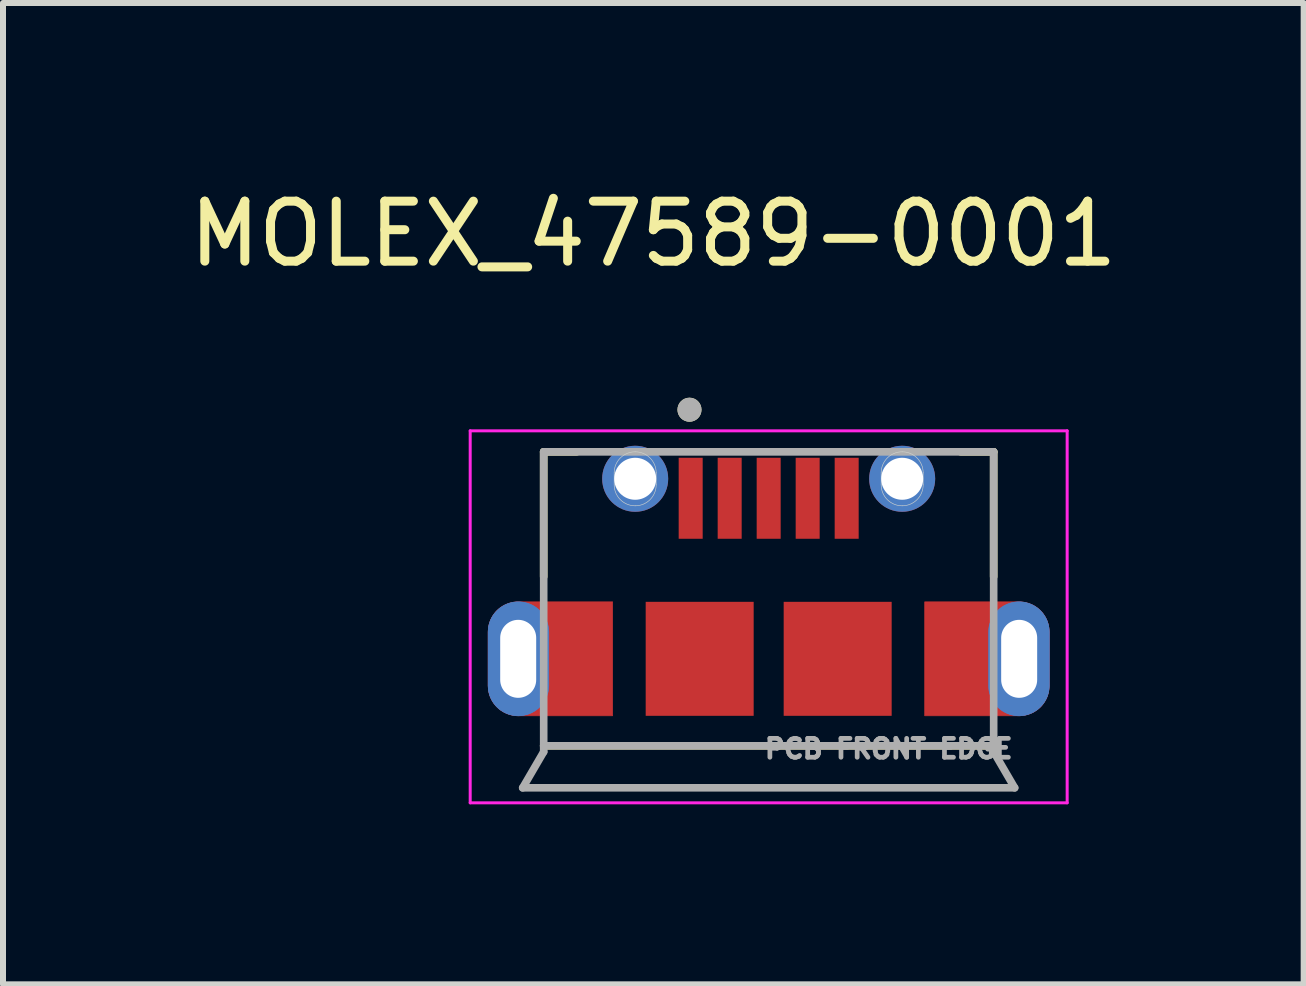
<source format=kicad_pcb>
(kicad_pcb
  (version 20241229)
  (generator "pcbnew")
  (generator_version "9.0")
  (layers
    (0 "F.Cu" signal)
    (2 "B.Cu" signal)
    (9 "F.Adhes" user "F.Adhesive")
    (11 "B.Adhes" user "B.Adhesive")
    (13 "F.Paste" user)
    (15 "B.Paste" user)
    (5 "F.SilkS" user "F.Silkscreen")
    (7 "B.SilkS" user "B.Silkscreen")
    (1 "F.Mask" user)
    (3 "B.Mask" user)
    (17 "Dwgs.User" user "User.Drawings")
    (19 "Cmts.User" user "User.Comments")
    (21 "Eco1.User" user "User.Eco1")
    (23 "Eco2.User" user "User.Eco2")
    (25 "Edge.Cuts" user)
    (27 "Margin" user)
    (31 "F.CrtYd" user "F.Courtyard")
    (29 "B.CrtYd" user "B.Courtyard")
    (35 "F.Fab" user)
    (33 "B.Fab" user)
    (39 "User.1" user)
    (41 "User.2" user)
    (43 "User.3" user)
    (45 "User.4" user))
  (footprint "MOLEX_47589-0001"
    (layer "F.Cu")
    (at 9.762 7.193)
    (property "Reference" "MOLEX_47589-0001" (at -1.922 -6.345 0) (layer "F.SilkS") (effects (font (size 1 1) (thickness 0.15))))
    (attr smd)
    (fp_poly (pts (xy -2.6 -0.212) (xy -4.175 -0.212) (xy -4.201 -0.212) (xy -4.227 -0.21) (xy -4.253 -0.206) (xy -4.279 -0.202) (xy -4.304 -0.195) (xy -4.33 -0.188) (xy -4.354 -0.179) (xy -4.378 -0.169) (xy -4.402 -0.158) (xy -4.425 -0.146) (xy -4.447 -0.132) (xy -4.469 -0.117) (xy -4.49 -0.101) (xy -4.51 -0.084) (xy -4.529 -0.066) (xy -4.547 -0.047) (xy -4.564 -0.027) (xy -4.58 -0.006) (xy -4.594 0.015) (xy -4.608 0.038) (xy -4.621 0.061) (xy -4.632 0.084) (xy -4.642 0.108) (xy -4.651 0.133) (xy -4.658 0.158) (xy -4.664 0.184) (xy -4.669 0.209) (xy -4.672 0.235) (xy -4.674 0.261) (xy -4.675 0.287) (xy -4.675 1.188) (xy -4.674 1.214) (xy -4.672 1.24) (xy -4.669 1.266) (xy -4.664 1.291) (xy -4.658 1.317) (xy -4.651 1.342) (xy -4.642 1.367) (xy -4.632 1.391) (xy -4.621 1.414) (xy -4.608 1.438) (xy -4.594 1.46) (xy -4.58 1.481) (xy -4.564 1.502) (xy -4.547 1.522) (xy -4.529 1.541) (xy -4.51 1.559) (xy -4.49 1.576) (xy -4.469 1.592) (xy -4.447 1.607) (xy -4.425 1.621) (xy -4.402 1.633) (xy -4.378 1.644) (xy -4.354 1.654) (xy -4.33 1.663) (xy -4.304 1.67) (xy -4.279 1.677) (xy -4.253 1.681) (xy -4.227 1.685) (xy -4.201 1.687) (xy -4.175 1.688) (xy -2.6 1.688) (xy -2.6 -0.212) (xy -2.6 -0.212)) (stroke (width 0.01) (type solid)) (fill yes) (layer "F.Cu"))
    (fp_poly (pts (xy 2.6 1.688) (xy 4.175 1.688) (xy 4.201 1.687) (xy 4.227 1.685) (xy 4.253 1.681) (xy 4.279 1.677) (xy 4.304 1.67) (xy 4.33 1.663) (xy 4.354 1.654) (xy 4.378 1.644) (xy 4.402 1.633) (xy 4.425 1.621) (xy 4.447 1.607) (xy 4.469 1.592) (xy 4.49 1.576) (xy 4.51 1.559) (xy 4.529 1.541) (xy 4.547 1.522) (xy 4.564 1.502) (xy 4.58 1.481) (xy 4.594 1.46) (xy 4.608 1.438) (xy 4.621 1.414) (xy 4.632 1.391) (xy 4.642 1.367) (xy 4.651 1.342) (xy 4.658 1.317) (xy 4.664 1.291) (xy 4.669 1.266) (xy 4.672 1.24) (xy 4.674 1.214) (xy 4.675 1.188) (xy 4.675 0.287) (xy 4.674 0.261) (xy 4.672 0.235) (xy 4.669 0.209) (xy 4.664 0.184) (xy 4.658 0.158) (xy 4.651 0.133) (xy 4.642 0.108) (xy 4.632 0.084) (xy 4.621 0.061) (xy 4.608 0.038) (xy 4.594 0.015) (xy 4.58 -0.006) (xy 4.564 -0.027) (xy 4.547 -0.047) (xy 4.529 -0.066) (xy 4.51 -0.084) (xy 4.49 -0.101) (xy 4.469 -0.117) (xy 4.447 -0.132) (xy 4.425 -0.146) (xy 4.402 -0.158) (xy 4.378 -0.169) (xy 4.354 -0.179) (xy 4.33 -0.188) (xy 4.304 -0.195) (xy 4.279 -0.202) (xy 4.253 -0.206) (xy 4.227 -0.21) (xy 4.201 -0.212) (xy 4.175 -0.212) (xy 2.6 -0.212) (xy 2.6 1.688) (xy 2.6 1.688)) (stroke (width 0.01) (type solid)) (fill yes) (layer "F.Cu"))
    (fp_poly (pts (xy -2.5 -0.312) (xy -4.175 -0.313) (xy -4.206 -0.312) (xy -4.238 -0.309) (xy -4.269 -0.305) (xy -4.3 -0.299) (xy -4.33 -0.292) (xy -4.36 -0.283) (xy -4.39 -0.273) (xy -4.419 -0.261) (xy -4.447 -0.247) (xy -4.475 -0.232) (xy -4.502 -0.216) (xy -4.528 -0.198) (xy -4.553 -0.179) (xy -4.576 -0.158) (xy -4.599 -0.137) (xy -4.621 -0.114) (xy -4.641 -0.09) (xy -4.66 -0.065) (xy -4.678 -0.039) (xy -4.695 -0.012) (xy -4.71 0.015) (xy -4.723 0.043) (xy -4.735 0.072) (xy -4.746 0.102) (xy -4.755 0.132) (xy -4.762 0.163) (xy -4.768 0.194) (xy -4.772 0.225) (xy -4.774 0.256) (xy -4.775 0.287) (xy -4.775 1.188) (xy -4.774 1.219) (xy -4.772 1.25) (xy -4.768 1.281) (xy -4.762 1.312) (xy -4.755 1.343) (xy -4.746 1.373) (xy -4.735 1.403) (xy -4.723 1.432) (xy -4.71 1.46) (xy -4.695 1.487) (xy -4.678 1.514) (xy -4.66 1.54) (xy -4.641 1.565) (xy -4.621 1.589) (xy -4.599 1.612) (xy -4.576 1.633) (xy -4.553 1.654) (xy -4.528 1.673) (xy -4.502 1.691) (xy -4.475 1.707) (xy -4.447 1.722) (xy -4.419 1.736) (xy -4.39 1.748) (xy -4.36 1.758) (xy -4.33 1.767) (xy -4.3 1.774) (xy -4.269 1.78) (xy -4.238 1.784) (xy -4.206 1.787) (xy -4.175 1.788) (xy -2.5 1.788) (xy -2.5 -0.313) (xy -2.5 -0.312)) (stroke (width 0.01) (type solid)) (fill yes) (layer "F.Mask"))
    (fp_poly (pts (xy 2.5 1.788) (xy 4.175 1.788) (xy 4.206 1.787) (xy 4.238 1.784) (xy 4.269 1.78) (xy 4.3 1.774) (xy 4.33 1.767) (xy 4.36 1.758) (xy 4.39 1.748) (xy 4.419 1.736) (xy 4.447 1.722) (xy 4.475 1.707) (xy 4.502 1.691) (xy 4.528 1.673) (xy 4.553 1.654) (xy 4.576 1.633) (xy 4.599 1.612) (xy 4.621 1.589) (xy 4.641 1.565) (xy 4.66 1.54) (xy 4.678 1.514) (xy 4.695 1.487) (xy 4.71 1.46) (xy 4.723 1.432) (xy 4.735 1.403) (xy 4.746 1.373) (xy 4.755 1.343) (xy 4.762 1.312) (xy 4.768 1.281) (xy 4.772 1.25) (xy 4.774 1.219) (xy 4.775 1.188) (xy 4.775 0.287) (xy 4.774 0.256) (xy 4.772 0.225) (xy 4.768 0.194) (xy 4.762 0.163) (xy 4.755 0.132) (xy 4.746 0.102) (xy 4.735 0.072) (xy 4.723 0.043) (xy 4.71 0.015) (xy 4.695 -0.012) (xy 4.678 -0.039) (xy 4.66 -0.065) (xy 4.641 -0.09) (xy 4.621 -0.114) (xy 4.599 -0.137) (xy 4.576 -0.158) (xy 4.553 -0.179) (xy 4.528 -0.198) (xy 4.502 -0.216) (xy 4.475 -0.232) (xy 4.447 -0.247) (xy 4.419 -0.261) (xy 4.39 -0.273) (xy 4.36 -0.283) (xy 4.33 -0.292) (xy 4.3 -0.299) (xy 4.269 -0.305) (xy 4.238 -0.309) (xy 4.206 -0.312) (xy 4.175 -0.313) (xy 2.5 -0.313) (xy 2.5 1.788) (xy 2.5 1.788)) (stroke (width 0.01) (type solid)) (fill yes) (layer "F.Mask"))
    (fp_poly (pts (xy -4.675 1.183) (xy -4.675 0.292) (xy -4.674 0.264) (xy -4.672 0.237) (xy -4.669 0.211) (xy -4.664 0.186) (xy -4.658 0.16) (xy -4.65 0.135) (xy -4.642 0.11) (xy -4.632 0.086) (xy -4.62 0.062) (xy -4.608 0.039) (xy -4.594 0.016) (xy -4.579 -0.005) (xy -4.563 -0.026) (xy -4.546 -0.046) (xy -4.528 -0.065) (xy -4.509 -0.083) (xy -4.489 -0.101) (xy -4.468 -0.117) (xy -4.446 -0.131) (xy -4.424 -0.145) (xy -4.401 -0.158) (xy -4.377 -0.169) (xy -4.353 -0.179) (xy -4.328 -0.188) (xy -4.303 -0.195) (xy -4.277 -0.202) (xy -4.251 -0.206) (xy -4.225 -0.21) (xy -4.199 -0.212) (xy -4.175 -0.212) (xy -4.146 -0.212) (xy -4.119 -0.21) (xy -4.093 -0.206) (xy -4.067 -0.201) (xy -4.041 -0.195) (xy -4.016 -0.188) (xy -3.991 -0.179) (xy -3.966 -0.169) (xy -3.942 -0.157) (xy -3.919 -0.145) (xy -3.896 -0.131) (xy -3.874 -0.116) (xy -3.853 -0.099) (xy -3.833 -0.082) (xy -3.814 -0.064) (xy -3.795 -0.045) (xy -3.778 -0.024) (xy -3.762 -0.003) (xy -3.747 0.019) (xy -3.733 0.041) (xy -3.72 0.065) (xy -3.709 0.089) (xy -3.699 0.113) (xy -3.69 0.138) (xy -3.682 0.164) (xy -3.676 0.189) (xy -3.671 0.216) (xy -3.668 0.242) (xy -3.666 0.268) (xy -3.665 0.292) (xy -3.665 1.183) (xy -3.666 1.207) (xy -3.668 1.233) (xy -3.671 1.259) (xy -3.676 1.286) (xy -3.682 1.311) (xy -3.69 1.337) (xy -3.699 1.362) (xy -3.709 1.386) (xy -3.72 1.41) (xy -3.733 1.434) (xy -3.747 1.456) (xy -3.762 1.478) (xy -3.778 1.499) (xy -3.795 1.52) (xy -3.814 1.539) (xy -3.833 1.557) (xy -3.853 1.574) (xy -3.874 1.591) (xy -3.896 1.606) (xy -3.919 1.62) (xy -3.942 1.632) (xy -3.966 1.644) (xy -3.991 1.654) (xy -4.016 1.663) (xy -4.041 1.67) (xy -4.067 1.676) (xy -4.093 1.681) (xy -4.119 1.685) (xy -4.146 1.687) (xy -4.175 1.688) (xy -4.199 1.687) (xy -4.225 1.685) (xy -4.251 1.681) (xy -4.277 1.677) (xy -4.303 1.67) (xy -4.328 1.663) (xy -4.353 1.654) (xy -4.377 1.644) (xy -4.401 1.633) (xy -4.424 1.62) (xy -4.446 1.606) (xy -4.468 1.592) (xy -4.489 1.576) (xy -4.509 1.558) (xy -4.528 1.54) (xy -4.546 1.521) (xy -4.563 1.501) (xy -4.579 1.48) (xy -4.594 1.459) (xy -4.608 1.436) (xy -4.62 1.413) (xy -4.632 1.389) (xy -4.642 1.365) (xy -4.65 1.34) (xy -4.658 1.315) (xy -4.664 1.289) (xy -4.669 1.264) (xy -4.672 1.238) (xy -4.674 1.211) (xy -4.675 1.183) (xy -4.675 1.183)) (stroke (width 0.01) (type solid)) (fill yes) (layer "B.Cu"))
    (fp_poly (pts (xy 3.665 1.183) (xy 3.665 0.292) (xy 3.666 0.268) (xy 3.668 0.242) (xy 3.671 0.216) (xy 3.676 0.189) (xy 3.682 0.164) (xy 3.69 0.138) (xy 3.699 0.113) (xy 3.709 0.089) (xy 3.72 0.065) (xy 3.733 0.041) (xy 3.747 0.019) (xy 3.762 -0.003) (xy 3.778 -0.024) (xy 3.795 -0.045) (xy 3.814 -0.064) (xy 3.833 -0.082) (xy 3.853 -0.099) (xy 3.874 -0.116) (xy 3.896 -0.131) (xy 3.919 -0.145) (xy 3.942 -0.157) (xy 3.966 -0.169) (xy 3.991 -0.179) (xy 4.016 -0.188) (xy 4.041 -0.195) (xy 4.067 -0.201) (xy 4.093 -0.206) (xy 4.119 -0.21) (xy 4.146 -0.212) (xy 4.175 -0.212) (xy 4.199 -0.212) (xy 4.225 -0.21) (xy 4.251 -0.206) (xy 4.277 -0.202) (xy 4.303 -0.195) (xy 4.328 -0.188) (xy 4.353 -0.179) (xy 4.377 -0.169) (xy 4.401 -0.158) (xy 4.424 -0.145) (xy 4.446 -0.131) (xy 4.468 -0.117) (xy 4.489 -0.101) (xy 4.509 -0.083) (xy 4.528 -0.065) (xy 4.546 -0.046) (xy 4.563 -0.026) (xy 4.579 -0.005) (xy 4.594 0.016) (xy 4.608 0.039) (xy 4.62 0.062) (xy 4.632 0.086) (xy 4.642 0.11) (xy 4.65 0.135) (xy 4.658 0.16) (xy 4.664 0.186) (xy 4.669 0.211) (xy 4.672 0.237) (xy 4.674 0.264) (xy 4.675 0.292) (xy 4.675 1.183) (xy 4.674 1.211) (xy 4.672 1.238) (xy 4.669 1.264) (xy 4.664 1.289) (xy 4.658 1.315) (xy 4.65 1.34) (xy 4.642 1.365) (xy 4.632 1.389) (xy 4.62 1.413) (xy 4.608 1.436) (xy 4.594 1.459) (xy 4.579 1.48) (xy 4.563 1.501) (xy 4.546 1.521) (xy 4.528 1.54) (xy 4.509 1.558) (xy 4.489 1.576) (xy 4.468 1.592) (xy 4.446 1.606) (xy 4.424 1.62) (xy 4.401 1.633) (xy 4.377 1.644) (xy 4.353 1.654) (xy 4.328 1.663) (xy 4.303 1.67) (xy 4.277 1.677) (xy 4.251 1.681) (xy 4.225 1.685) (xy 4.199 1.687) (xy 4.175 1.688) (xy 4.146 1.687) (xy 4.119 1.685) (xy 4.093 1.681) (xy 4.067 1.676) (xy 4.041 1.67) (xy 4.016 1.663) (xy 3.991 1.654) (xy 3.966 1.644) (xy 3.942 1.632) (xy 3.919 1.62) (xy 3.896 1.606) (xy 3.874 1.591) (xy 3.853 1.574) (xy 3.833 1.557) (xy 3.814 1.539) (xy 3.795 1.52) (xy 3.778 1.499) (xy 3.762 1.478) (xy 3.747 1.456) (xy 3.733 1.434) (xy 3.72 1.41) (xy 3.709 1.386) (xy 3.699 1.362) (xy 3.69 1.337) (xy 3.682 1.311) (xy 3.676 1.286) (xy 3.671 1.259) (xy 3.668 1.233) (xy 3.666 1.207) (xy 3.665 1.183) (xy 3.665 1.183)) (stroke (width 0.01) (type solid)) (fill yes) (layer "B.Cu"))
    (fp_poly (pts (xy -4.775 1.183) (xy -4.775 0.292) (xy -4.774 0.258) (xy -4.772 0.227) (xy -4.768 0.196) (xy -4.762 0.165) (xy -4.754 0.134) (xy -4.746 0.104) (xy -4.735 0.074) (xy -4.723 0.045) (xy -4.709 0.016) (xy -4.694 -0.011) (xy -4.678 -0.038) (xy -4.66 -0.064) (xy -4.641 -0.089) (xy -4.62 -0.113) (xy -4.599 -0.136) (xy -4.576 -0.158) (xy -4.552 -0.178) (xy -4.527 -0.197) (xy -4.501 -0.215) (xy -4.474 -0.232) (xy -4.446 -0.247) (xy -4.418 -0.26) (xy -4.388 -0.272) (xy -4.359 -0.283) (xy -4.328 -0.292) (xy -4.298 -0.299) (xy -4.267 -0.305) (xy -4.235 -0.309) (xy -4.204 -0.312) (xy -4.175 -0.313) (xy -4.141 -0.312) (xy -4.109 -0.309) (xy -4.077 -0.305) (xy -4.046 -0.299) (xy -4.015 -0.292) (xy -3.985 -0.283) (xy -3.955 -0.272) (xy -3.925 -0.26) (xy -3.897 -0.246) (xy -3.869 -0.231) (xy -3.842 -0.214) (xy -3.815 -0.196) (xy -3.79 -0.177) (xy -3.766 -0.156) (xy -3.743 -0.135) (xy -3.721 -0.112) (xy -3.7 -0.087) (xy -3.681 -0.062) (xy -3.663 -0.036) (xy -3.646 -0.009) (xy -3.631 0.019) (xy -3.618 0.048) (xy -3.605 0.077) (xy -3.595 0.107) (xy -3.586 0.138) (xy -3.578 0.169) (xy -3.572 0.2) (xy -3.568 0.231) (xy -3.566 0.263) (xy -3.565 0.292) (xy -3.565 1.183) (xy -3.566 1.212) (xy -3.568 1.244) (xy -3.572 1.275) (xy -3.578 1.306) (xy -3.586 1.337) (xy -3.595 1.368) (xy -3.605 1.398) (xy -3.618 1.427) (xy -3.631 1.456) (xy -3.646 1.484) (xy -3.663 1.511) (xy -3.681 1.537) (xy -3.7 1.562) (xy -3.721 1.587) (xy -3.743 1.61) (xy -3.766 1.631) (xy -3.79 1.652) (xy -3.815 1.671) (xy -3.842 1.689) (xy -3.869 1.706) (xy -3.897 1.721) (xy -3.925 1.735) (xy -3.955 1.747) (xy -3.985 1.758) (xy -4.015 1.767) (xy -4.046 1.774) (xy -4.077 1.78) (xy -4.109 1.784) (xy -4.141 1.787) (xy -4.175 1.788) (xy -4.204 1.787) (xy -4.235 1.784) (xy -4.267 1.78) (xy -4.298 1.774) (xy -4.328 1.767) (xy -4.359 1.758) (xy -4.388 1.747) (xy -4.418 1.735) (xy -4.446 1.722) (xy -4.474 1.707) (xy -4.501 1.69) (xy -4.527 1.672) (xy -4.552 1.653) (xy -4.576 1.633) (xy -4.599 1.611) (xy -4.62 1.588) (xy -4.641 1.564) (xy -4.66 1.539) (xy -4.678 1.513) (xy -4.694 1.486) (xy -4.709 1.459) (xy -4.723 1.43) (xy -4.735 1.401) (xy -4.746 1.371) (xy -4.754 1.341) (xy -4.762 1.31) (xy -4.768 1.279) (xy -4.772 1.248) (xy -4.774 1.217) (xy -4.775 1.183) (xy -4.775 1.183)) (stroke (width 0.01) (type solid)) (fill yes) (layer "B.Mask"))
    (fp_poly (pts (xy 3.565 1.183) (xy 3.565 0.292) (xy 3.566 0.263) (xy 3.568 0.231) (xy 3.572 0.2) (xy 3.578 0.169) (xy 3.586 0.138) (xy 3.595 0.107) (xy 3.605 0.077) (xy 3.618 0.048) (xy 3.631 0.019) (xy 3.646 -0.009) (xy 3.663 -0.036) (xy 3.681 -0.062) (xy 3.7 -0.087) (xy 3.721 -0.112) (xy 3.743 -0.135) (xy 3.766 -0.156) (xy 3.79 -0.177) (xy 3.815 -0.196) (xy 3.842 -0.214) (xy 3.869 -0.231) (xy 3.897 -0.246) (xy 3.925 -0.26) (xy 3.955 -0.272) (xy 3.985 -0.283) (xy 4.015 -0.292) (xy 4.046 -0.299) (xy 4.077 -0.305) (xy 4.109 -0.309) (xy 4.141 -0.312) (xy 4.175 -0.313) (xy 4.204 -0.312) (xy 4.235 -0.309) (xy 4.267 -0.305) (xy 4.298 -0.299) (xy 4.328 -0.292) (xy 4.359 -0.283) (xy 4.388 -0.272) (xy 4.418 -0.26) (xy 4.446 -0.247) (xy 4.474 -0.232) (xy 4.501 -0.215) (xy 4.527 -0.197) (xy 4.552 -0.178) (xy 4.576 -0.158) (xy 4.599 -0.136) (xy 4.62 -0.113) (xy 4.641 -0.089) (xy 4.66 -0.064) (xy 4.678 -0.038) (xy 4.694 -0.011) (xy 4.709 0.016) (xy 4.723 0.045) (xy 4.735 0.074) (xy 4.746 0.104) (xy 4.754 0.134) (xy 4.762 0.165) (xy 4.768 0.196) (xy 4.772 0.227) (xy 4.774 0.258) (xy 4.775 0.292) (xy 4.775 1.183) (xy 4.774 1.217) (xy 4.772 1.248) (xy 4.768 1.279) (xy 4.762 1.31) (xy 4.754 1.341) (xy 4.746 1.371) (xy 4.735 1.401) (xy 4.723 1.43) (xy 4.709 1.459) (xy 4.694 1.486) (xy 4.678 1.513) (xy 4.66 1.539) (xy 4.641 1.564) (xy 4.62 1.588) (xy 4.599 1.611) (xy 4.576 1.633) (xy 4.552 1.653) (xy 4.527 1.672) (xy 4.501 1.69) (xy 4.474 1.707) (xy 4.446 1.722) (xy 4.418 1.735) (xy 4.388 1.747) (xy 4.359 1.758) (xy 4.328 1.767) (xy 4.298 1.774) (xy 4.267 1.78) (xy 4.235 1.784) (xy 4.204 1.787) (xy 4.175 1.788) (xy 4.141 1.787) (xy 4.109 1.784) (xy 4.077 1.78) (xy 4.046 1.774) (xy 4.015 1.767) (xy 3.985 1.758) (xy 3.955 1.747) (xy 3.925 1.735) (xy 3.897 1.721) (xy 3.869 1.706) (xy 3.842 1.689) (xy 3.815 1.671) (xy 3.79 1.652) (xy 3.766 1.631) (xy 3.743 1.61) (xy 3.721 1.587) (xy 3.7 1.562) (xy 3.681 1.537) (xy 3.663 1.511) (xy 3.646 1.484) (xy 3.631 1.456) (xy 3.618 1.427) (xy 3.605 1.398) (xy 3.595 1.368) (xy 3.586 1.337) (xy 3.578 1.306) (xy 3.572 1.275) (xy 3.568 1.244) (xy 3.566 1.212) (xy 3.565 1.183) (xy 3.565 1.183)) (stroke (width 0.01) (type solid)) (fill yes) (layer "B.Mask"))
    (fp_line (start -3.75 -2.712) (end -3.2 -2.712) (stroke (width 0.127) (type solid)) (layer "F.SilkS"))
    (fp_line (start -3.75 -0.632) (end -3.75 -2.712) (stroke (width 0.127) (type solid)) (layer "F.SilkS"))
    (fp_line (start -3.75 2.188) (end 3.75 2.188) (stroke (width 0.127) (type solid)) (layer "F.SilkS"))
    (fp_line (start 3.75 -2.712) (end 3.2 -2.712) (stroke (width 0.127) (type solid)) (layer "F.SilkS"))
    (fp_line (start 3.75 -0.632) (end 3.75 -2.712) (stroke (width 0.127) (type solid)) (layer "F.SilkS"))
    (fp_circle (center -1.32 -3.414) (end -1.22 -3.414) (stroke (width 0.2) (type solid)) (fill no) (layer "F.SilkS"))
    (fp_poly (pts (xy -2.6 -0.212) (xy -4.175 -0.212) (xy -4.201 -0.212) (xy -4.227 -0.21) (xy -4.253 -0.206) (xy -4.279 -0.202) (xy -4.304 -0.195) (xy -4.33 -0.188) (xy -4.354 -0.179) (xy -4.378 -0.169) (xy -4.402 -0.158) (xy -4.425 -0.146) (xy -4.447 -0.132) (xy -4.469 -0.117) (xy -4.49 -0.101) (xy -4.51 -0.084) (xy -4.529 -0.066) (xy -4.547 -0.047) (xy -4.564 -0.027) (xy -4.58 -0.006) (xy -4.594 0.015) (xy -4.608 0.038) (xy -4.621 0.061) (xy -4.632 0.084) (xy -4.642 0.108) (xy -4.651 0.133) (xy -4.658 0.158) (xy -4.664 0.184) (xy -4.669 0.209) (xy -4.672 0.235) (xy -4.674 0.261) (xy -4.675 0.287) (xy -4.675 1.188) (xy -4.674 1.214) (xy -4.672 1.24) (xy -4.669 1.266) (xy -4.664 1.291) (xy -4.658 1.317) (xy -4.651 1.342) (xy -4.642 1.367) (xy -4.632 1.391) (xy -4.621 1.414) (xy -4.608 1.438) (xy -4.594 1.46) (xy -4.58 1.481) (xy -4.564 1.502) (xy -4.547 1.522) (xy -4.529 1.541) (xy -4.51 1.559) (xy -4.49 1.576) (xy -4.469 1.592) (xy -4.447 1.607) (xy -4.425 1.621) (xy -4.402 1.633) (xy -4.378 1.644) (xy -4.354 1.654) (xy -4.33 1.663) (xy -4.304 1.67) (xy -4.279 1.677) (xy -4.253 1.681) (xy -4.227 1.685) (xy -4.201 1.687) (xy -4.175 1.688) (xy -2.6 1.688) (xy -2.6 -0.212) (xy -2.6 -0.212)) (stroke (width 0.01) (type solid)) (fill yes) (layer "F.Paste"))
    (fp_poly (pts (xy 2.6 1.688) (xy 4.175 1.688) (xy 4.201 1.687) (xy 4.227 1.685) (xy 4.253 1.681) (xy 4.279 1.677) (xy 4.304 1.67) (xy 4.33 1.663) (xy 4.354 1.654) (xy 4.378 1.644) (xy 4.402 1.633) (xy 4.425 1.621) (xy 4.447 1.607) (xy 4.469 1.592) (xy 4.49 1.576) (xy 4.51 1.559) (xy 4.529 1.541) (xy 4.547 1.522) (xy 4.564 1.502) (xy 4.58 1.481) (xy 4.594 1.46) (xy 4.608 1.438) (xy 4.621 1.414) (xy 4.632 1.391) (xy 4.642 1.367) (xy 4.651 1.342) (xy 4.658 1.317) (xy 4.664 1.291) (xy 4.669 1.266) (xy 4.672 1.24) (xy 4.674 1.214) (xy 4.675 1.188) (xy 4.675 0.287) (xy 4.674 0.261) (xy 4.672 0.235) (xy 4.669 0.209) (xy 4.664 0.184) (xy 4.658 0.158) (xy 4.651 0.133) (xy 4.642 0.108) (xy 4.632 0.084) (xy 4.621 0.061) (xy 4.608 0.038) (xy 4.594 0.015) (xy 4.58 -0.006) (xy 4.564 -0.027) (xy 4.547 -0.047) (xy 4.529 -0.066) (xy 4.51 -0.084) (xy 4.49 -0.101) (xy 4.469 -0.117) (xy 4.447 -0.132) (xy 4.425 -0.146) (xy 4.402 -0.158) (xy 4.378 -0.169) (xy 4.354 -0.179) (xy 4.33 -0.188) (xy 4.304 -0.195) (xy 4.279 -0.202) (xy 4.253 -0.206) (xy 4.227 -0.21) (xy 4.201 -0.212) (xy 4.175 -0.212) (xy 2.6 -0.212) (xy 2.6 1.688) (xy 2.6 1.688)) (stroke (width 0.01) (type solid)) (fill yes) (layer "F.Paste"))
    (fp_line (start -2.575 -2.163) (end -2.575 -2.362) (stroke (width 0.01) (type solid)) (layer "Edge.Cuts"))
    (fp_line (start 1.875 -2.163) (end 1.875 -2.362) (stroke (width 0.01) (type solid)) (layer "Edge.Cuts"))
    (fp_arc (start -2.575 -2.3625) (mid -2.472487 -2.609987) (end -2.225 -2.7125) (stroke (width 0.01) (type solid)) (layer "Edge.Cuts"))
    (fp_arc (start -2.225 -2.7125) (mid -1.977513 -2.609987) (end -1.875 -2.3625) (stroke (width 0.01) (type solid)) (layer "Edge.Cuts"))
    (fp_arc (start -2.225 -1.8125) (mid -2.472487 -1.915013) (end -2.575 -2.1625) (stroke (width 0.01) (type solid)) (layer "Edge.Cuts"))
    (fp_arc (start -1.875 -2.1625) (mid -1.977513 -1.915013) (end -2.225 -1.8125) (stroke (width 0.01) (type solid)) (layer "Edge.Cuts"))
    (fp_arc (start -1.875 -2.1625) (mid -1.876407 -2.2625) (end -1.875 -2.3625) (stroke (width 0.01) (type solid)) (layer "Edge.Cuts"))
    (fp_arc (start 1.875 -2.3625) (mid 1.977513 -2.609987) (end 2.225 -2.7125) (stroke (width 0.01) (type solid)) (layer "Edge.Cuts"))
    (fp_arc (start 2.225 -2.7125) (mid 2.472487 -2.609987) (end 2.575 -2.3625) (stroke (width 0.01) (type solid)) (layer "Edge.Cuts"))
    (fp_arc (start 2.225 -1.8125) (mid 1.977513 -1.915013) (end 1.875 -2.1625) (stroke (width 0.01) (type solid)) (layer "Edge.Cuts"))
    (fp_arc (start 2.575 -2.1625) (mid 2.472487 -1.915013) (end 2.225 -1.8125) (stroke (width 0.01) (type solid)) (layer "Edge.Cuts"))
    (fp_arc (start 2.575 -2.1625) (mid 2.573593 -2.2625) (end 2.575 -2.3625) (stroke (width 0.01) (type solid)) (layer "Edge.Cuts"))
    (fp_line (start -4.975 -3.062) (end 4.975 -3.062) (stroke (width 0.05) (type solid)) (layer "F.CrtYd"))
    (fp_line (start -4.975 3.138) (end -4.975 -3.062) (stroke (width 0.05) (type solid)) (layer "F.CrtYd"))
    (fp_line (start 4.975 -3.062) (end 4.975 3.138) (stroke (width 0.05) (type solid)) (layer "F.CrtYd"))
    (fp_line (start 4.975 3.138) (end -4.975 3.138) (stroke (width 0.05) (type solid)) (layer "F.CrtYd"))
    (fp_line (start -4.1 2.888) (end -3.75 2.288) (stroke (width 0.127) (type solid)) (layer "F.Fab"))
    (fp_line (start -4.1 2.888) (end 4.1 2.888) (stroke (width 0.127) (type solid)) (layer "F.Fab"))
    (fp_line (start -3.75 -2.712) (end 3.75 -2.712) (stroke (width 0.127) (type solid)) (layer "F.Fab"))
    (fp_line (start -3.75 2.188) (end 3.75 2.188) (stroke (width 0.127) (type solid)) (layer "F.Fab"))
    (fp_line (start -3.75 2.288) (end -3.75 -2.712) (stroke (width 0.127) (type solid)) (layer "F.Fab"))
    (fp_line (start 3.75 -2.712) (end 3.75 2.288) (stroke (width 0.127) (type solid)) (layer "F.Fab"))
    (fp_line (start 4.1 2.888) (end 3.75 2.288) (stroke (width 0.127) (type solid)) (layer "F.Fab"))
    (fp_circle (center -1.32 -3.414) (end -1.22 -3.414) (stroke (width 0.2) (type solid)) (fill no) (layer "F.Fab"))
    (fp_text user "PCB FRONT EDGE" (at 2 2.237 0) (layer "F.Fab") (effects (font (size 0.315 0.315) (thickness 0.15))))
    (pad "1" smd rect (at -1.3 -1.938) (size 0.4 1.35) (layers "F.Cu" "F.Mask" "F.Paste"))
    (pad "2" smd rect (at -0.65 -1.938) (size 0.4 1.35) (layers "F.Cu" "F.Mask" "F.Paste"))
    (pad "3" smd rect (at 0 -1.938) (size 0.4 1.35) (layers "F.Cu" "F.Mask" "F.Paste"))
    (pad "4" smd rect (at 0.65 -1.938) (size 0.4 1.35) (layers "F.Cu" "F.Mask" "F.Paste"))
    (pad "5" smd rect (at 1.3 -1.938) (size 0.4 1.35) (layers "F.Cu" "F.Mask" "F.Paste"))
    (pad "S1" thru_hole oval (at -4.175 0.738) (size 1.01 1.9) (drill oval 0.6 1.3) (layers "*.Cu"))
    (pad "S2" smd rect (at -1.15 0.738) (size 1.8 1.9) (layers "F.Cu" "F.Mask" "F.Paste"))
    (pad "S3" smd rect (at 1.15 0.738) (size 1.8 1.9) (layers "F.Cu" "F.Mask" "F.Paste"))
    (pad "S4" thru_hole oval (at 4.175 0.738) (size 1.01 1.9) (drill oval 0.6 1.3) (layers "*.Cu"))
    (pad "S5" thru_hole circle (at -2.225 -2.263) (size 1.1 1.1) (drill 0.7) (layers "*.Cu" "*.Mask"))
    (pad "S6" thru_hole circle (at 2.225 -2.263) (size 1.1 1.1) (drill 0.7) (layers "*.Cu" "*.Mask")))
  (gr_rect
    (start -3 -3)
    (end 18.679 13.356)
    (stroke (width 0.1) (type default))
    (fill no)
    (layer "Edge.Cuts")))
</source>
